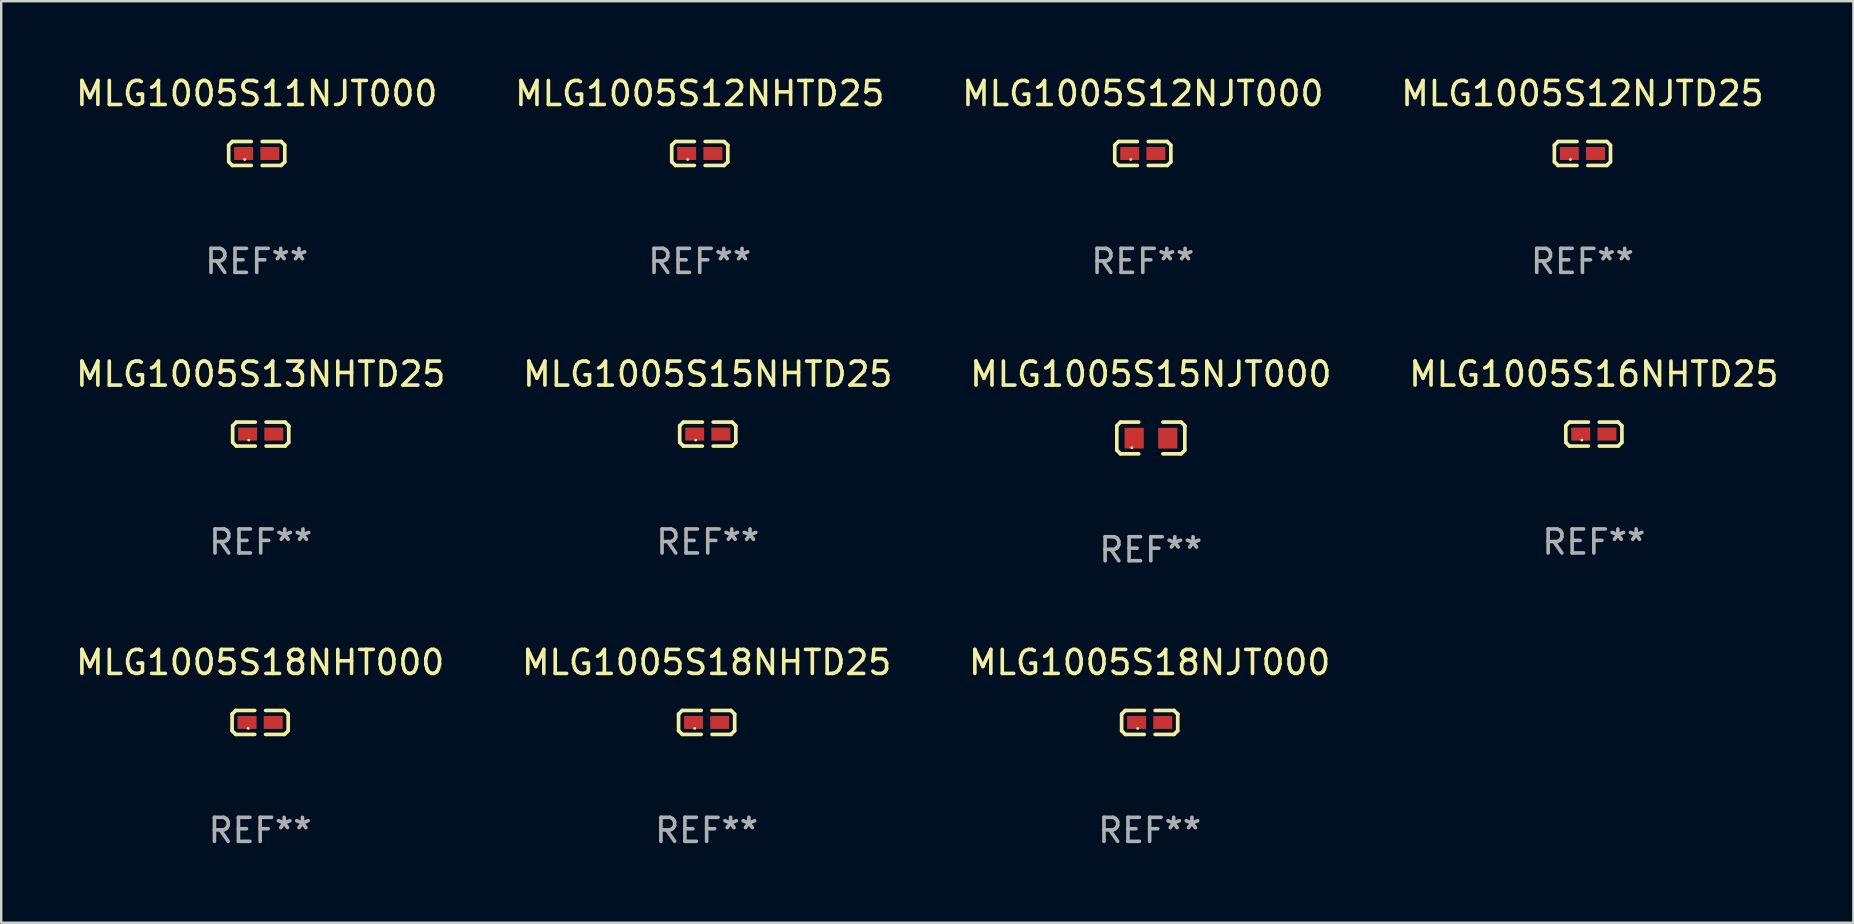
<source format=kicad_pcb>
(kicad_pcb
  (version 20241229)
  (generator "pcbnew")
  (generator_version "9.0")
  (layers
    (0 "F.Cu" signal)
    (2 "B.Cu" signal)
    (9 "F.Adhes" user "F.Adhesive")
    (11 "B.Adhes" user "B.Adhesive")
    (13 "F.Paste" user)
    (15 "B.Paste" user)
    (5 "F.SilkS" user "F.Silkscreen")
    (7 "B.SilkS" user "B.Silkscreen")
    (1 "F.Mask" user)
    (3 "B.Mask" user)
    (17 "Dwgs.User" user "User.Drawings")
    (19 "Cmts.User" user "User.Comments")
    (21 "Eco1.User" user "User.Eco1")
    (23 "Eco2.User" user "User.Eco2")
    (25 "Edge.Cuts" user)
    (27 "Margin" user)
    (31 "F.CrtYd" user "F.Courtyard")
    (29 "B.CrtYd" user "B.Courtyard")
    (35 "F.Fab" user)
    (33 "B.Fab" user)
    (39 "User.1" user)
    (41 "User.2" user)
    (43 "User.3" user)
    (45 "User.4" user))
  (footprint "MLG1005S12NJTD25"
    (layer "F.Cu")
    (at 62.899 3.347)
    (property "Reference" "MLG1005S12NJTD25" (at 0 -2.499 0) (layer "F.SilkS") (effects (font (size 1 1) (thickness 0.15))))
    (attr through_hole)
    (fp_line (start -1.169 -0.346) (end -1.016 -0.499) (stroke (width 0.152) (type solid)) (layer "F.SilkS"))
    (fp_line (start -1.169 0.346) (end -1.169 -0.346) (stroke (width 0.152) (type solid)) (layer "F.SilkS"))
    (fp_line (start -1.016 -0.499) (end -0.226 -0.499) (stroke (width 0.152) (type solid)) (layer "F.SilkS"))
    (fp_line (start -1.016 0.499) (end -1.169 0.346) (stroke (width 0.152) (type solid)) (layer "F.SilkS"))
    (fp_line (start -0.226 0.499) (end -1.016 0.499) (stroke (width 0.152) (type solid)) (layer "F.SilkS"))
    (fp_line (start 0.226 0.499) (end 1.016 0.499) (stroke (width 0.152) (type solid)) (layer "F.SilkS"))
    (fp_line (start 1.016 -0.499) (end 0.226 -0.499) (stroke (width 0.152) (type solid)) (layer "F.SilkS"))
    (fp_line (start 1.016 0.499) (end 1.169 0.346) (stroke (width 0.152) (type solid)) (layer "F.SilkS"))
    (fp_line (start 1.169 -0.346) (end 1.016 -0.499) (stroke (width 0.152) (type solid)) (layer "F.SilkS"))
    (fp_line (start 1.169 0.346) (end 1.169 -0.346) (stroke (width 0.152) (type solid)) (layer "F.SilkS"))
    (fp_circle (center -0.5 0.25) (end -0.47 0.25) (stroke (width 0.06) (type solid)) (fill no) (layer "F.SilkS"))
    (fp_text user "REF**" (at 0 4.499 0) (layer "F.Fab") (effects (font (size 1 1) (thickness 0.15))))
    (pad "1" smd rect (at -0.545 0) (size 0.79 0.54) (layers "F.Cu" "F.Mask" "F.Paste"))
    (pad "2" smd rect (at 0.545 0) (size 0.79 0.54) (layers "F.Cu" "F.Mask" "F.Paste")))
  (footprint "MLG1005S11NJT000"
    (layer "F.Cu")
    (at 7.649 3.347)
    (property "Reference" "MLG1005S11NJT000" (at 0 -2.499 0) (layer "F.SilkS") (effects (font (size 1 1) (thickness 0.15))))
    (attr through_hole)
    (fp_line (start -1.169 -0.346) (end -1.016 -0.499) (stroke (width 0.152) (type solid)) (layer "F.SilkS"))
    (fp_line (start -1.169 0.346) (end -1.169 -0.346) (stroke (width 0.152) (type solid)) (layer "F.SilkS"))
    (fp_line (start -1.016 -0.499) (end -0.226 -0.499) (stroke (width 0.152) (type solid)) (layer "F.SilkS"))
    (fp_line (start -1.016 0.499) (end -1.169 0.346) (stroke (width 0.152) (type solid)) (layer "F.SilkS"))
    (fp_line (start -0.226 0.499) (end -1.016 0.499) (stroke (width 0.152) (type solid)) (layer "F.SilkS"))
    (fp_line (start 0.226 0.499) (end 1.016 0.499) (stroke (width 0.152) (type solid)) (layer "F.SilkS"))
    (fp_line (start 1.016 -0.499) (end 0.226 -0.499) (stroke (width 0.152) (type solid)) (layer "F.SilkS"))
    (fp_line (start 1.016 0.499) (end 1.169 0.346) (stroke (width 0.152) (type solid)) (layer "F.SilkS"))
    (fp_line (start 1.169 -0.346) (end 1.016 -0.499) (stroke (width 0.152) (type solid)) (layer "F.SilkS"))
    (fp_line (start 1.169 0.346) (end 1.169 -0.346) (stroke (width 0.152) (type solid)) (layer "F.SilkS"))
    (fp_circle (center -0.5 0.25) (end -0.47 0.25) (stroke (width 0.06) (type solid)) (fill no) (layer "F.SilkS"))
    (fp_text user "REF**" (at 0 4.499 0) (layer "F.Fab") (effects (font (size 1 1) (thickness 0.15))))
    (pad "1" smd rect (at -0.545 0) (size 0.79 0.54) (layers "F.Cu" "F.Mask" "F.Paste"))
    (pad "2" smd rect (at 0.545 0) (size 0.79 0.54) (layers "F.Cu" "F.Mask" "F.Paste")))
  (footprint "MLG1005S12NHTD25"
    (layer "F.Cu")
    (at 26.113 3.347)
    (property "Reference" "MLG1005S12NHTD25" (at 0 -2.499 0) (layer "F.SilkS") (effects (font (size 1 1) (thickness 0.15))))
    (attr through_hole)
    (fp_line (start -1.169 -0.346) (end -1.016 -0.499) (stroke (width 0.152) (type solid)) (layer "F.SilkS"))
    (fp_line (start -1.169 0.346) (end -1.169 -0.346) (stroke (width 0.152) (type solid)) (layer "F.SilkS"))
    (fp_line (start -1.016 -0.499) (end -0.226 -0.499) (stroke (width 0.152) (type solid)) (layer "F.SilkS"))
    (fp_line (start -1.016 0.499) (end -1.169 0.346) (stroke (width 0.152) (type solid)) (layer "F.SilkS"))
    (fp_line (start -0.226 0.499) (end -1.016 0.499) (stroke (width 0.152) (type solid)) (layer "F.SilkS"))
    (fp_line (start 0.226 0.499) (end 1.016 0.499) (stroke (width 0.152) (type solid)) (layer "F.SilkS"))
    (fp_line (start 1.016 -0.499) (end 0.226 -0.499) (stroke (width 0.152) (type solid)) (layer "F.SilkS"))
    (fp_line (start 1.016 0.499) (end 1.169 0.346) (stroke (width 0.152) (type solid)) (layer "F.SilkS"))
    (fp_line (start 1.169 -0.346) (end 1.016 -0.499) (stroke (width 0.152) (type solid)) (layer "F.SilkS"))
    (fp_line (start 1.169 0.346) (end 1.169 -0.346) (stroke (width 0.152) (type solid)) (layer "F.SilkS"))
    (fp_circle (center -0.5 0.25) (end -0.47 0.25) (stroke (width 0.06) (type solid)) (fill no) (layer "F.SilkS"))
    (fp_text user "REF**" (at 0 4.499 0) (layer "F.Fab") (effects (font (size 1 1) (thickness 0.15))))
    (pad "1" smd rect (at -0.545 0) (size 0.79 0.54) (layers "F.Cu" "F.Mask" "F.Paste"))
    (pad "2" smd rect (at 0.545 0) (size 0.79 0.54) (layers "F.Cu" "F.Mask" "F.Paste")))
  (footprint "MLG1005S18NHTD25"
    (layer "F.Cu")
    (at 26.399 27.058)
    (property "Reference" "MLG1005S18NHTD25" (at 0 -2.499 0) (layer "F.SilkS") (effects (font (size 1 1) (thickness 0.15))))
    (attr through_hole)
    (fp_line (start -1.169 -0.346) (end -1.016 -0.499) (stroke (width 0.152) (type solid)) (layer "F.SilkS"))
    (fp_line (start -1.169 0.346) (end -1.169 -0.346) (stroke (width 0.152) (type solid)) (layer "F.SilkS"))
    (fp_line (start -1.016 -0.499) (end -0.226 -0.499) (stroke (width 0.152) (type solid)) (layer "F.SilkS"))
    (fp_line (start -1.016 0.499) (end -1.169 0.346) (stroke (width 0.152) (type solid)) (layer "F.SilkS"))
    (fp_line (start -0.226 0.499) (end -1.016 0.499) (stroke (width 0.152) (type solid)) (layer "F.SilkS"))
    (fp_line (start 0.226 0.499) (end 1.016 0.499) (stroke (width 0.152) (type solid)) (layer "F.SilkS"))
    (fp_line (start 1.016 -0.499) (end 0.226 -0.499) (stroke (width 0.152) (type solid)) (layer "F.SilkS"))
    (fp_line (start 1.016 0.499) (end 1.169 0.346) (stroke (width 0.152) (type solid)) (layer "F.SilkS"))
    (fp_line (start 1.169 -0.346) (end 1.016 -0.499) (stroke (width 0.152) (type solid)) (layer "F.SilkS"))
    (fp_line (start 1.169 0.346) (end 1.169 -0.346) (stroke (width 0.152) (type solid)) (layer "F.SilkS"))
    (fp_circle (center -0.5 0.25) (end -0.47 0.25) (stroke (width 0.06) (type solid)) (fill no) (layer "F.SilkS"))
    (fp_text user "REF**" (at 0 4.499 0) (layer "F.Fab") (effects (font (size 1 1) (thickness 0.15))))
    (pad "1" smd rect (at -0.545 0) (size 0.79 0.54) (layers "F.Cu" "F.Mask" "F.Paste"))
    (pad "2" smd rect (at 0.545 0) (size 0.79 0.54) (layers "F.Cu" "F.Mask" "F.Paste")))
  (footprint "MLG1005S16NHTD25"
    (layer "F.Cu")
    (at 63.375 15.041)
    (property "Reference" "MLG1005S16NHTD25" (at 0 -2.499 0) (layer "F.SilkS") (effects (font (size 1 1) (thickness 0.15))))
    (attr through_hole)
    (fp_line (start -1.169 -0.346) (end -1.016 -0.499) (stroke (width 0.152) (type solid)) (layer "F.SilkS"))
    (fp_line (start -1.169 0.346) (end -1.169 -0.346) (stroke (width 0.152) (type solid)) (layer "F.SilkS"))
    (fp_line (start -1.016 -0.499) (end -0.226 -0.499) (stroke (width 0.152) (type solid)) (layer "F.SilkS"))
    (fp_line (start -1.016 0.499) (end -1.169 0.346) (stroke (width 0.152) (type solid)) (layer "F.SilkS"))
    (fp_line (start -0.226 0.499) (end -1.016 0.499) (stroke (width 0.152) (type solid)) (layer "F.SilkS"))
    (fp_line (start 0.226 0.499) (end 1.016 0.499) (stroke (width 0.152) (type solid)) (layer "F.SilkS"))
    (fp_line (start 1.016 -0.499) (end 0.226 -0.499) (stroke (width 0.152) (type solid)) (layer "F.SilkS"))
    (fp_line (start 1.016 0.499) (end 1.169 0.346) (stroke (width 0.152) (type solid)) (layer "F.SilkS"))
    (fp_line (start 1.169 -0.346) (end 1.016 -0.499) (stroke (width 0.152) (type solid)) (layer "F.SilkS"))
    (fp_line (start 1.169 0.346) (end 1.169 -0.346) (stroke (width 0.152) (type solid)) (layer "F.SilkS"))
    (fp_circle (center -0.5 0.25) (end -0.47 0.25) (stroke (width 0.06) (type solid)) (fill no) (layer "F.SilkS"))
    (fp_text user "REF**" (at 0 4.499 0) (layer "F.Fab") (effects (font (size 1 1) (thickness 0.15))))
    (pad "1" smd rect (at -0.545 0) (size 0.79 0.54) (layers "F.Cu" "F.Mask" "F.Paste"))
    (pad "2" smd rect (at 0.545 0) (size 0.79 0.54) (layers "F.Cu" "F.Mask" "F.Paste")))
  (footprint "MLG1005S13NHTD25"
    (layer "F.Cu")
    (at 7.815 15.041)
    (property "Reference" "MLG1005S13NHTD25" (at 0 -2.499 0) (layer "F.SilkS") (effects (font (size 1 1) (thickness 0.15))))
    (attr through_hole)
    (fp_line (start -1.169 -0.346) (end -1.016 -0.499) (stroke (width 0.152) (type solid)) (layer "F.SilkS"))
    (fp_line (start -1.169 0.346) (end -1.169 -0.346) (stroke (width 0.152) (type solid)) (layer "F.SilkS"))
    (fp_line (start -1.016 -0.499) (end -0.226 -0.499) (stroke (width 0.152) (type solid)) (layer "F.SilkS"))
    (fp_line (start -1.016 0.499) (end -1.169 0.346) (stroke (width 0.152) (type solid)) (layer "F.SilkS"))
    (fp_line (start -0.226 0.499) (end -1.016 0.499) (stroke (width 0.152) (type solid)) (layer "F.SilkS"))
    (fp_line (start 0.226 0.499) (end 1.016 0.499) (stroke (width 0.152) (type solid)) (layer "F.SilkS"))
    (fp_line (start 1.016 -0.499) (end 0.226 -0.499) (stroke (width 0.152) (type solid)) (layer "F.SilkS"))
    (fp_line (start 1.016 0.499) (end 1.169 0.346) (stroke (width 0.152) (type solid)) (layer "F.SilkS"))
    (fp_line (start 1.169 -0.346) (end 1.016 -0.499) (stroke (width 0.152) (type solid)) (layer "F.SilkS"))
    (fp_line (start 1.169 0.346) (end 1.169 -0.346) (stroke (width 0.152) (type solid)) (layer "F.SilkS"))
    (fp_circle (center -0.5 0.25) (end -0.47 0.25) (stroke (width 0.06) (type solid)) (fill no) (layer "F.SilkS"))
    (fp_text user "REF**" (at 0 4.499 0) (layer "F.Fab") (effects (font (size 1 1) (thickness 0.15))))
    (pad "1" smd rect (at -0.545 0) (size 0.79 0.54) (layers "F.Cu" "F.Mask" "F.Paste"))
    (pad "2" smd rect (at 0.545 0) (size 0.79 0.54) (layers "F.Cu" "F.Mask" "F.Paste")))
  (footprint "MLG1005S12NJT000"
    (layer "F.Cu")
    (at 44.577 3.347)
    (property "Reference" "MLG1005S12NJT000" (at 0 -2.499 0) (layer "F.SilkS") (effects (font (size 1 1) (thickness 0.15))))
    (attr through_hole)
    (fp_line (start -1.169 -0.346) (end -1.016 -0.499) (stroke (width 0.152) (type solid)) (layer "F.SilkS"))
    (fp_line (start -1.169 0.346) (end -1.169 -0.346) (stroke (width 0.152) (type solid)) (layer "F.SilkS"))
    (fp_line (start -1.016 -0.499) (end -0.226 -0.499) (stroke (width 0.152) (type solid)) (layer "F.SilkS"))
    (fp_line (start -1.016 0.499) (end -1.169 0.346) (stroke (width 0.152) (type solid)) (layer "F.SilkS"))
    (fp_line (start -0.226 0.499) (end -1.016 0.499) (stroke (width 0.152) (type solid)) (layer "F.SilkS"))
    (fp_line (start 0.226 0.499) (end 1.016 0.499) (stroke (width 0.152) (type solid)) (layer "F.SilkS"))
    (fp_line (start 1.016 -0.499) (end 0.226 -0.499) (stroke (width 0.152) (type solid)) (layer "F.SilkS"))
    (fp_line (start 1.016 0.499) (end 1.169 0.346) (stroke (width 0.152) (type solid)) (layer "F.SilkS"))
    (fp_line (start 1.169 -0.346) (end 1.016 -0.499) (stroke (width 0.152) (type solid)) (layer "F.SilkS"))
    (fp_line (start 1.169 0.346) (end 1.169 -0.346) (stroke (width 0.152) (type solid)) (layer "F.SilkS"))
    (fp_circle (center -0.5 0.25) (end -0.47 0.25) (stroke (width 0.06) (type solid)) (fill no) (layer "F.SilkS"))
    (fp_text user "REF**" (at 0 4.499 0) (layer "F.Fab") (effects (font (size 1 1) (thickness 0.15))))
    (pad "1" smd rect (at -0.545 0) (size 0.79 0.54) (layers "F.Cu" "F.Mask" "F.Paste"))
    (pad "2" smd rect (at 0.545 0) (size 0.79 0.54) (layers "F.Cu" "F.Mask" "F.Paste")))
  (footprint "MLG1005S18NJT000"
    (layer "F.Cu")
    (at 44.863 27.058)
    (property "Reference" "MLG1005S18NJT000" (at 0 -2.499 0) (layer "F.SilkS") (effects (font (size 1 1) (thickness 0.15))))
    (attr through_hole)
    (fp_line (start -1.169 -0.346) (end -1.016 -0.499) (stroke (width 0.152) (type solid)) (layer "F.SilkS"))
    (fp_line (start -1.169 0.346) (end -1.169 -0.346) (stroke (width 0.152) (type solid)) (layer "F.SilkS"))
    (fp_line (start -1.016 -0.499) (end -0.226 -0.499) (stroke (width 0.152) (type solid)) (layer "F.SilkS"))
    (fp_line (start -1.016 0.499) (end -1.169 0.346) (stroke (width 0.152) (type solid)) (layer "F.SilkS"))
    (fp_line (start -0.226 0.499) (end -1.016 0.499) (stroke (width 0.152) (type solid)) (layer "F.SilkS"))
    (fp_line (start 0.226 0.499) (end 1.016 0.499) (stroke (width 0.152) (type solid)) (layer "F.SilkS"))
    (fp_line (start 1.016 -0.499) (end 0.226 -0.499) (stroke (width 0.152) (type solid)) (layer "F.SilkS"))
    (fp_line (start 1.016 0.499) (end 1.169 0.346) (stroke (width 0.152) (type solid)) (layer "F.SilkS"))
    (fp_line (start 1.169 -0.346) (end 1.016 -0.499) (stroke (width 0.152) (type solid)) (layer "F.SilkS"))
    (fp_line (start 1.169 0.346) (end 1.169 -0.346) (stroke (width 0.152) (type solid)) (layer "F.SilkS"))
    (fp_circle (center -0.5 0.25) (end -0.47 0.25) (stroke (width 0.06) (type solid)) (fill no) (layer "F.SilkS"))
    (fp_text user "REF**" (at 0 4.499 0) (layer "F.Fab") (effects (font (size 1 1) (thickness 0.15))))
    (pad "1" smd rect (at -0.545 0) (size 0.79 0.54) (layers "F.Cu" "F.Mask" "F.Paste"))
    (pad "2" smd rect (at 0.545 0) (size 0.79 0.54) (layers "F.Cu" "F.Mask" "F.Paste")))
  (footprint "MLG1005S15NJT000"
    (layer "F.Cu")
    (at 44.911 15.203)
    (property "Reference" "MLG1005S15NJT000" (at 0 -2.661 0) (layer "F.SilkS") (effects (font (size 1 1) (thickness 0.15))))
    (attr through_hole)
    (fp_line (start -1.417 -0.508) (end -1.265 -0.661) (stroke (width 0.152) (type solid)) (layer "F.SilkS"))
    (fp_line (start -1.417 0.508) (end -1.417 -0.508) (stroke (width 0.152) (type solid)) (layer "F.SilkS"))
    (fp_line (start -1.265 -0.661) (end -0.503 -0.661) (stroke (width 0.152) (type solid)) (layer "F.SilkS"))
    (fp_line (start -1.265 0.661) (end -1.417 0.508) (stroke (width 0.152) (type solid)) (layer "F.SilkS"))
    (fp_line (start -1.265 0.661) (end -0.503 0.661) (stroke (width 0.152) (type solid)) (layer "F.SilkS"))
    (fp_line (start 1.265 -0.661) (end 0.503 -0.661) (stroke (width 0.152) (type solid)) (layer "F.SilkS"))
    (fp_line (start 1.265 -0.661) (end 1.417 -0.508) (stroke (width 0.152) (type solid)) (layer "F.SilkS"))
    (fp_line (start 1.265 0.661) (end 0.503 0.661) (stroke (width 0.152) (type solid)) (layer "F.SilkS"))
    (fp_line (start 1.417 -0.508) (end 1.417 0.508) (stroke (width 0.152) (type solid)) (layer "F.SilkS"))
    (fp_line (start 1.417 0.508) (end 1.265 0.661) (stroke (width 0.152) (type solid)) (layer "F.SilkS"))
    (fp_circle (center -0.793 0.409) (end -0.763 0.409) (stroke (width 0.06) (type solid)) (fill no) (layer "F.SilkS"))
    (fp_text user "REF**" (at 0 4.661 0) (layer "F.Fab") (effects (font (size 1 1) (thickness 0.15))))
    (pad "1" smd rect (at -0.693 0.009 180) (size 0.8 0.864) (layers "F.Cu" "F.Mask" "F.Paste"))
    (pad "2" smd rect (at 0.707 0.009 180) (size 0.8 0.864) (layers "F.Cu" "F.Mask" "F.Paste")))
  (footprint "MLG1005S15NHTD25"
    (layer "F.Cu")
    (at 26.446 15.041)
    (property "Reference" "MLG1005S15NHTD25" (at 0 -2.499 0) (layer "F.SilkS") (effects (font (size 1 1) (thickness 0.15))))
    (attr through_hole)
    (fp_line (start -1.169 -0.346) (end -1.016 -0.499) (stroke (width 0.152) (type solid)) (layer "F.SilkS"))
    (fp_line (start -1.169 0.346) (end -1.169 -0.346) (stroke (width 0.152) (type solid)) (layer "F.SilkS"))
    (fp_line (start -1.016 -0.499) (end -0.226 -0.499) (stroke (width 0.152) (type solid)) (layer "F.SilkS"))
    (fp_line (start -1.016 0.499) (end -1.169 0.346) (stroke (width 0.152) (type solid)) (layer "F.SilkS"))
    (fp_line (start -0.226 0.499) (end -1.016 0.499) (stroke (width 0.152) (type solid)) (layer "F.SilkS"))
    (fp_line (start 0.226 0.499) (end 1.016 0.499) (stroke (width 0.152) (type solid)) (layer "F.SilkS"))
    (fp_line (start 1.016 -0.499) (end 0.226 -0.499) (stroke (width 0.152) (type solid)) (layer "F.SilkS"))
    (fp_line (start 1.016 0.499) (end 1.169 0.346) (stroke (width 0.152) (type solid)) (layer "F.SilkS"))
    (fp_line (start 1.169 -0.346) (end 1.016 -0.499) (stroke (width 0.152) (type solid)) (layer "F.SilkS"))
    (fp_line (start 1.169 0.346) (end 1.169 -0.346) (stroke (width 0.152) (type solid)) (layer "F.SilkS"))
    (fp_circle (center -0.5 0.25) (end -0.47 0.25) (stroke (width 0.06) (type solid)) (fill no) (layer "F.SilkS"))
    (fp_text user "REF**" (at 0 4.499 0) (layer "F.Fab") (effects (font (size 1 1) (thickness 0.15))))
    (pad "1" smd rect (at -0.545 0) (size 0.79 0.54) (layers "F.Cu" "F.Mask" "F.Paste"))
    (pad "2" smd rect (at 0.545 0) (size 0.79 0.54) (layers "F.Cu" "F.Mask" "F.Paste")))
  (footprint "MLG1005S18NHT000"
    (layer "F.Cu")
    (at 7.792 27.058)
    (property "Reference" "MLG1005S18NHT000" (at 0 -2.499 0) (layer "F.SilkS") (effects (font (size 1 1) (thickness 0.15))))
    (attr through_hole)
    (fp_line (start -1.169 -0.346) (end -1.016 -0.499) (stroke (width 0.152) (type solid)) (layer "F.SilkS"))
    (fp_line (start -1.169 0.346) (end -1.169 -0.346) (stroke (width 0.152) (type solid)) (layer "F.SilkS"))
    (fp_line (start -1.016 -0.499) (end -0.226 -0.499) (stroke (width 0.152) (type solid)) (layer "F.SilkS"))
    (fp_line (start -1.016 0.499) (end -1.169 0.346) (stroke (width 0.152) (type solid)) (layer "F.SilkS"))
    (fp_line (start -0.226 0.499) (end -1.016 0.499) (stroke (width 0.152) (type solid)) (layer "F.SilkS"))
    (fp_line (start 0.226 0.499) (end 1.016 0.499) (stroke (width 0.152) (type solid)) (layer "F.SilkS"))
    (fp_line (start 1.016 -0.499) (end 0.226 -0.499) (stroke (width 0.152) (type solid)) (layer "F.SilkS"))
    (fp_line (start 1.016 0.499) (end 1.169 0.346) (stroke (width 0.152) (type solid)) (layer "F.SilkS"))
    (fp_line (start 1.169 -0.346) (end 1.016 -0.499) (stroke (width 0.152) (type solid)) (layer "F.SilkS"))
    (fp_line (start 1.169 0.346) (end 1.169 -0.346) (stroke (width 0.152) (type solid)) (layer "F.SilkS"))
    (fp_circle (center -0.5 0.25) (end -0.47 0.25) (stroke (width 0.06) (type solid)) (fill no) (layer "F.SilkS"))
    (fp_text user "REF**" (at 0 4.499 0) (layer "F.Fab") (effects (font (size 1 1) (thickness 0.15))))
    (pad "1" smd rect (at -0.545 0) (size 0.79 0.54) (layers "F.Cu" "F.Mask" "F.Paste"))
    (pad "2" smd rect (at 0.545 0) (size 0.79 0.54) (layers "F.Cu" "F.Mask" "F.Paste")))
  (gr_rect
    (start -3 -3)
    (end 74.19 35.405)
    (stroke (width 0.1) (type default))
    (fill no)
    (layer "Edge.Cuts")))
</source>
